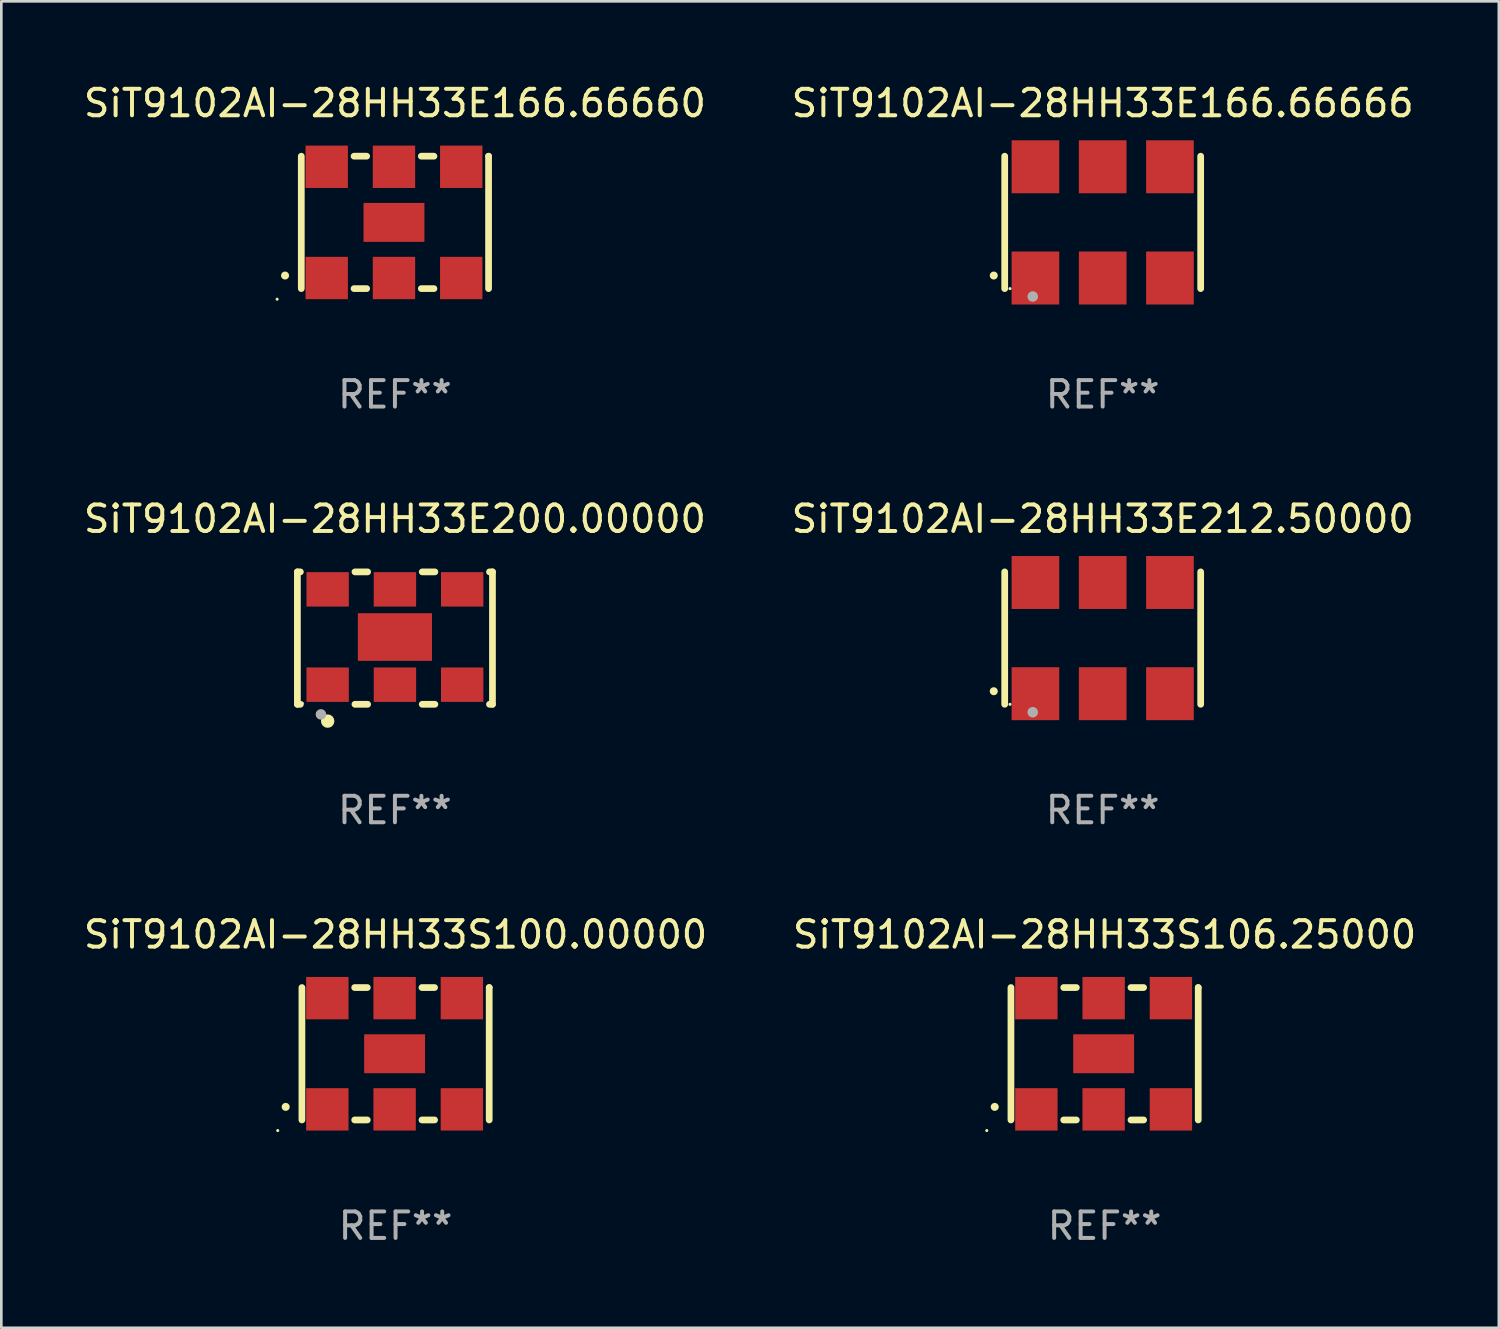
<source format=kicad_pcb>
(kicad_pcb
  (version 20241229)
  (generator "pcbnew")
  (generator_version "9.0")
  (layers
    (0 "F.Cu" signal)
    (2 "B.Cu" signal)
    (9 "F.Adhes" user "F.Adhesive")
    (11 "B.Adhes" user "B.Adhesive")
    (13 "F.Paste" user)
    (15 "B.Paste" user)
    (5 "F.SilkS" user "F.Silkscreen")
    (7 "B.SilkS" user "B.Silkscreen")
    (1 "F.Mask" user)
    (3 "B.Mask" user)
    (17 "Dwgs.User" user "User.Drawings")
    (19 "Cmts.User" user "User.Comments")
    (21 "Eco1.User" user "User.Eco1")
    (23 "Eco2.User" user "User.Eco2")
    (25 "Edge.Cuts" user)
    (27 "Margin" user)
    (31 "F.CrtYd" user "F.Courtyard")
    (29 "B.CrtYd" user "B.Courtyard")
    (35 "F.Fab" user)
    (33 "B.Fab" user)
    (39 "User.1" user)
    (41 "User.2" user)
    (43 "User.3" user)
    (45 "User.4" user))
  (footprint "SiT9102AI-28HH33E166.66666"
    (layer "F.Cu")
    (at 38.589 5.348)
    (property "Reference" "SiT9102AI-28HH33E166.66666" (at 0 -4.5 0) (layer "F.SilkS") (effects (font (size 1 1) (thickness 0.15))))
    (attr through_hole)
    (fp_line (start -3.7 -2.5) (end -3.7 2.5) (stroke (width 0.254) (type solid)) (layer "F.SilkS"))
    (fp_line (start 3.7 -2.5) (end 3.7 2.5) (stroke (width 0.254) (type solid)) (layer "F.SilkS"))
    (fp_arc (start -4.114415 2.006604) (mid -4.113145 2.006599) (end -4.111875 2.006604) (stroke (width 0.3) (type solid)) (layer "F.SilkS"))
    (fp_circle (center -3.5 2.501) (end -3.47 2.501) (stroke (width 0.06) (type solid)) (fill no) (layer "F.SilkS"))
    (fp_circle (center -2.641 2.799) (end -2.541 2.799) (stroke (width 0.2) (type solid)) (fill no) (layer "F.Fab"))
    (fp_text user "REF**" (at 0 6.5 0) (layer "F.Fab") (effects (font (size 1 1) (thickness 0.15))))
    (pad "1" smd rect (at -2.54 2.1) (size 1.8 2) (layers "F.Cu" "F.Mask" "F.Paste"))
    (pad "2" smd rect (at 0.000394 2.1) (size 1.8 2) (layers "F.Cu" "F.Mask" "F.Paste"))
    (pad "3" smd rect (at 2.54 2.1) (size 1.8 2) (layers "F.Cu" "F.Mask" "F.Paste"))
    (pad "4" smd rect (at 2.54 -2.1) (size 1.8 2) (layers "F.Cu" "F.Mask" "F.Paste"))
    (pad "5" smd rect (at 0.000394 -2.1) (size 1.8 2) (layers "F.Cu" "F.Mask" "F.Paste"))
    (pad "6" smd rect (at -2.54 -2.1) (size 1.8 2) (layers "F.Cu" "F.Mask" "F.Paste")))
  (footprint "SiT9102AI-28HH33S100.00000"
    (layer "F.Cu")
    (at 11.887 36.741)
    (property "Reference" "SiT9102AI-28HH33S100.00000" (at 0 -4.5 0) (layer "F.SilkS") (effects (font (size 1 1) (thickness 0.15))))
    (attr through_hole)
    (fp_line (start -3.536 -2.5) (end -3.536 2.5) (stroke (width 0.254) (type solid)) (layer "F.SilkS"))
    (fp_line (start -1.544 2.5) (end -1.067 2.5) (stroke (width 0.254) (type solid)) (layer "F.SilkS"))
    (fp_line (start -1.067 -2.5) (end -1.544 -2.5) (stroke (width 0.254) (type solid)) (layer "F.SilkS"))
    (fp_line (start 0.996 2.5) (end 1.473 2.5) (stroke (width 0.254) (type solid)) (layer "F.SilkS"))
    (fp_line (start 1.473 -2.5) (end 0.996 -2.5) (stroke (width 0.254) (type solid)) (layer "F.SilkS"))
    (fp_line (start 3.536 -2.5) (end 3.536 -2.5) (stroke (width 0.254) (type solid)) (layer "F.SilkS"))
    (fp_line (start 3.536 2.5) (end 3.536 -2.5) (stroke (width 0.254) (type solid)) (layer "F.SilkS"))
    (fp_arc (start -4.150432 2.006604) (mid -4.149162 2.006599) (end -4.147892 2.006604) (stroke (width 0.3) (type solid)) (layer "F.SilkS"))
    (fp_circle (center -4.449 2.9) (end -4.419 2.9) (stroke (width 0.06) (type solid)) (fill no) (layer "F.SilkS"))
    (fp_text user "REF**" (at 0 6.5 0) (layer "F.Fab") (effects (font (size 1 1) (thickness 0.15))))
    (pad "1" smd rect (at -2.576 2.1) (size 1.6 1.6) (layers "F.Cu" "F.Mask" "F.Paste"))
    (pad "2" smd rect (at -0.036 2.1) (size 1.6 1.6) (layers "F.Cu" "F.Mask" "F.Paste"))
    (pad "3" smd rect (at 2.504 2.1) (size 1.6 1.6) (layers "F.Cu" "F.Mask" "F.Paste"))
    (pad "4" smd rect (at 2.504 -2.1) (size 1.6 1.6) (layers "F.Cu" "F.Mask" "F.Paste"))
    (pad "5" smd rect (at -0.036 -2.1) (size 1.6 1.6) (layers "F.Cu" "F.Mask" "F.Paste"))
    (pad "6" smd rect (at -2.576 -2.1) (size 1.6 1.6) (layers "F.Cu" "F.Mask" "F.Paste"))
    (pad "7" smd rect (at -0.036 0) (size 2.3 1.47) (layers "F.Cu" "F.Mask" "F.Paste")))
  (footprint "SiT9102AI-28HH33E166.66660"
    (layer "F.Cu")
    (at 11.863 5.348)
    (property "Reference" "SiT9102AI-28HH33E166.66660" (at 0 -4.5 0) (layer "F.SilkS") (effects (font (size 1 1) (thickness 0.15))))
    (attr through_hole)
    (fp_line (start -3.536 -2.5) (end -3.536 2.5) (stroke (width 0.254) (type solid)) (layer "F.SilkS"))
    (fp_line (start -1.544 2.5) (end -1.067 2.5) (stroke (width 0.254) (type solid)) (layer "F.SilkS"))
    (fp_line (start -1.067 -2.5) (end -1.544 -2.5) (stroke (width 0.254) (type solid)) (layer "F.SilkS"))
    (fp_line (start 0.996 2.5) (end 1.473 2.5) (stroke (width 0.254) (type solid)) (layer "F.SilkS"))
    (fp_line (start 1.473 -2.5) (end 0.996 -2.5) (stroke (width 0.254) (type solid)) (layer "F.SilkS"))
    (fp_line (start 3.536 -2.5) (end 3.536 -2.5) (stroke (width 0.254) (type solid)) (layer "F.SilkS"))
    (fp_line (start 3.536 2.5) (end 3.536 -2.5) (stroke (width 0.254) (type solid)) (layer "F.SilkS"))
    (fp_arc (start -4.150432 2.006604) (mid -4.149162 2.006599) (end -4.147892 2.006604) (stroke (width 0.3) (type solid)) (layer "F.SilkS"))
    (fp_circle (center -4.449 2.9) (end -4.419 2.9) (stroke (width 0.06) (type solid)) (fill no) (layer "F.SilkS"))
    (fp_text user "REF**" (at 0 6.5 0) (layer "F.Fab") (effects (font (size 1 1) (thickness 0.15))))
    (pad "1" smd rect (at -2.576 2.1) (size 1.6 1.6) (layers "F.Cu" "F.Mask" "F.Paste"))
    (pad "2" smd rect (at -0.036 2.1) (size 1.6 1.6) (layers "F.Cu" "F.Mask" "F.Paste"))
    (pad "3" smd rect (at 2.504 2.1) (size 1.6 1.6) (layers "F.Cu" "F.Mask" "F.Paste"))
    (pad "4" smd rect (at 2.504 -2.1) (size 1.6 1.6) (layers "F.Cu" "F.Mask" "F.Paste"))
    (pad "5" smd rect (at -0.036 -2.1) (size 1.6 1.6) (layers "F.Cu" "F.Mask" "F.Paste"))
    (pad "6" smd rect (at -2.576 -2.1) (size 1.6 1.6) (layers "F.Cu" "F.Mask" "F.Paste"))
    (pad "7" smd rect (at -0.036 0) (size 2.3 1.47) (layers "F.Cu" "F.Mask" "F.Paste")))
  (footprint "SiT9102AI-28HH33E200.00000"
    (layer "F.Cu")
    (at 11.863 21.045)
    (property "Reference" "SiT9102AI-28HH33E200.00000" (at 0 -4.5 0) (layer "F.SilkS") (effects (font (size 1 1) (thickness 0.15))))
    (attr through_hole)
    (fp_line (start -3.683 -2.5) (end -3.571 -2.5) (stroke (width 0.254) (type solid)) (layer "F.SilkS"))
    (fp_line (start -3.683 2.5) (end -3.683 -2.5) (stroke (width 0.254) (type solid)) (layer "F.SilkS"))
    (fp_line (start -3.683 2.5) (end -3.571 2.5) (stroke (width 0.254) (type solid)) (layer "F.SilkS"))
    (fp_line (start -1.509 -2.5) (end -1.031 -2.5) (stroke (width 0.254) (type solid)) (layer "F.SilkS"))
    (fp_line (start -1.509 2.5) (end -1.031 2.5) (stroke (width 0.254) (type solid)) (layer "F.SilkS"))
    (fp_line (start 1.031 -2.5) (end 1.509 -2.5) (stroke (width 0.254) (type solid)) (layer "F.SilkS"))
    (fp_line (start 1.031 2.5) (end 1.509 2.5) (stroke (width 0.254) (type solid)) (layer "F.SilkS"))
    (fp_line (start 3.571 -2.5) (end 3.683 -2.5) (stroke (width 0.254) (type solid)) (layer "F.SilkS"))
    (fp_line (start 3.571 2.5) (end 3.683 2.5) (stroke (width 0.254) (type solid)) (layer "F.SilkS"))
    (fp_line (start 3.683 2.5) (end 3.683 -2.5) (stroke (width 0.254) (type solid)) (layer "F.SilkS"))
    (fp_circle (center -3.5 2.46) (end -3.47 2.46) (stroke (width 0.06) (type solid)) (fill no) (layer "F.SilkS"))
    (fp_circle (center -2.54 3.135) (end -2.413 3.135) (stroke (width 0.254) (type solid)) (fill no) (layer "F.SilkS"))
    (fp_circle (center -2.794 2.881) (end -2.694 2.881) (stroke (width 0.2) (type solid)) (fill no) (layer "F.Fab"))
    (fp_text user "REF**" (at 0 6.5 0) (layer "F.Fab") (effects (font (size 1 1) (thickness 0.15))))
    (pad "1" smd rect (at -2.54 1.76) (size 1.6 1.3) (layers "F.Cu" "F.Mask" "F.Paste"))
    (pad "2" smd rect (at 0 1.76) (size 1.6 1.3) (layers "F.Cu" "F.Mask" "F.Paste"))
    (pad "3" smd rect (at 2.54 1.76) (size 1.6 1.3) (layers "F.Cu" "F.Mask" "F.Paste"))
    (pad "4" smd rect (at 2.54 -1.84) (size 1.6 1.3) (layers "F.Cu" "F.Mask" "F.Paste"))
    (pad "5" smd rect (at 0 -1.84) (size 1.6 1.3) (layers "F.Cu" "F.Mask" "F.Paste"))
    (pad "6" smd rect (at -2.54 -1.84) (size 1.6 1.3) (layers "F.Cu" "F.Mask" "F.Paste"))
    (pad "7" smd rect (at 0 -0.04) (size 2.8 1.8) (layers "F.Cu" "F.Mask" "F.Paste")))
  (footprint "SiT9102AI-28HH33S106.25000"
    (layer "F.Cu")
    (at 38.661 36.741)
    (property "Reference" "SiT9102AI-28HH33S106.25000" (at 0 -4.5 0) (layer "F.SilkS") (effects (font (size 1 1) (thickness 0.15))))
    (attr through_hole)
    (fp_line (start -3.536 -2.5) (end -3.536 2.5) (stroke (width 0.254) (type solid)) (layer "F.SilkS"))
    (fp_line (start -1.544 2.5) (end -1.067 2.5) (stroke (width 0.254) (type solid)) (layer "F.SilkS"))
    (fp_line (start -1.067 -2.5) (end -1.544 -2.5) (stroke (width 0.254) (type solid)) (layer "F.SilkS"))
    (fp_line (start 0.996 2.5) (end 1.473 2.5) (stroke (width 0.254) (type solid)) (layer "F.SilkS"))
    (fp_line (start 1.473 -2.5) (end 0.996 -2.5) (stroke (width 0.254) (type solid)) (layer "F.SilkS"))
    (fp_line (start 3.536 -2.5) (end 3.536 -2.5) (stroke (width 0.254) (type solid)) (layer "F.SilkS"))
    (fp_line (start 3.536 2.5) (end 3.536 -2.5) (stroke (width 0.254) (type solid)) (layer "F.SilkS"))
    (fp_arc (start -4.150432 2.006604) (mid -4.149162 2.006599) (end -4.147892 2.006604) (stroke (width 0.3) (type solid)) (layer "F.SilkS"))
    (fp_circle (center -4.449 2.9) (end -4.419 2.9) (stroke (width 0.06) (type solid)) (fill no) (layer "F.SilkS"))
    (fp_text user "REF**" (at 0 6.5 0) (layer "F.Fab") (effects (font (size 1 1) (thickness 0.15))))
    (pad "1" smd rect (at -2.576 2.1) (size 1.6 1.6) (layers "F.Cu" "F.Mask" "F.Paste"))
    (pad "2" smd rect (at -0.036 2.1) (size 1.6 1.6) (layers "F.Cu" "F.Mask" "F.Paste"))
    (pad "3" smd rect (at 2.504 2.1) (size 1.6 1.6) (layers "F.Cu" "F.Mask" "F.Paste"))
    (pad "4" smd rect (at 2.504 -2.1) (size 1.6 1.6) (layers "F.Cu" "F.Mask" "F.Paste"))
    (pad "5" smd rect (at -0.036 -2.1) (size 1.6 1.6) (layers "F.Cu" "F.Mask" "F.Paste"))
    (pad "6" smd rect (at -2.576 -2.1) (size 1.6 1.6) (layers "F.Cu" "F.Mask" "F.Paste"))
    (pad "7" smd rect (at -0.036 0) (size 2.3 1.47) (layers "F.Cu" "F.Mask" "F.Paste")))
  (footprint "SiT9102AI-28HH33E212.50000"
    (layer "F.Cu")
    (at 38.589 21.045)
    (property "Reference" "SiT9102AI-28HH33E212.50000" (at 0 -4.5 0) (layer "F.SilkS") (effects (font (size 1 1) (thickness 0.15))))
    (attr through_hole)
    (fp_line (start -3.7 -2.5) (end -3.7 2.5) (stroke (width 0.254) (type solid)) (layer "F.SilkS"))
    (fp_line (start 3.7 -2.5) (end 3.7 2.5) (stroke (width 0.254) (type solid)) (layer "F.SilkS"))
    (fp_arc (start -4.114415 2.006604) (mid -4.113145 2.006599) (end -4.111875 2.006604) (stroke (width 0.3) (type solid)) (layer "F.SilkS"))
    (fp_circle (center -3.5 2.501) (end -3.47 2.501) (stroke (width 0.06) (type solid)) (fill no) (layer "F.SilkS"))
    (fp_circle (center -2.641 2.799) (end -2.541 2.799) (stroke (width 0.2) (type solid)) (fill no) (layer "F.Fab"))
    (fp_text user "REF**" (at 0 6.5 0) (layer "F.Fab") (effects (font (size 1 1) (thickness 0.15))))
    (pad "1" smd rect (at -2.54 2.1) (size 1.8 2) (layers "F.Cu" "F.Mask" "F.Paste"))
    (pad "2" smd rect (at 0.000394 2.1) (size 1.8 2) (layers "F.Cu" "F.Mask" "F.Paste"))
    (pad "3" smd rect (at 2.54 2.1) (size 1.8 2) (layers "F.Cu" "F.Mask" "F.Paste"))
    (pad "4" smd rect (at 2.54 -2.1) (size 1.8 2) (layers "F.Cu" "F.Mask" "F.Paste"))
    (pad "5" smd rect (at 0.000394 -2.1) (size 1.8 2) (layers "F.Cu" "F.Mask" "F.Paste"))
    (pad "6" smd rect (at -2.54 -2.1) (size 1.8 2) (layers "F.Cu" "F.Mask" "F.Paste")))
  (gr_rect
    (start -3 -3)
    (end 53.548 47.09)
    (stroke (width 0.1) (type default))
    (fill no)
    (layer "Edge.Cuts")))
</source>
